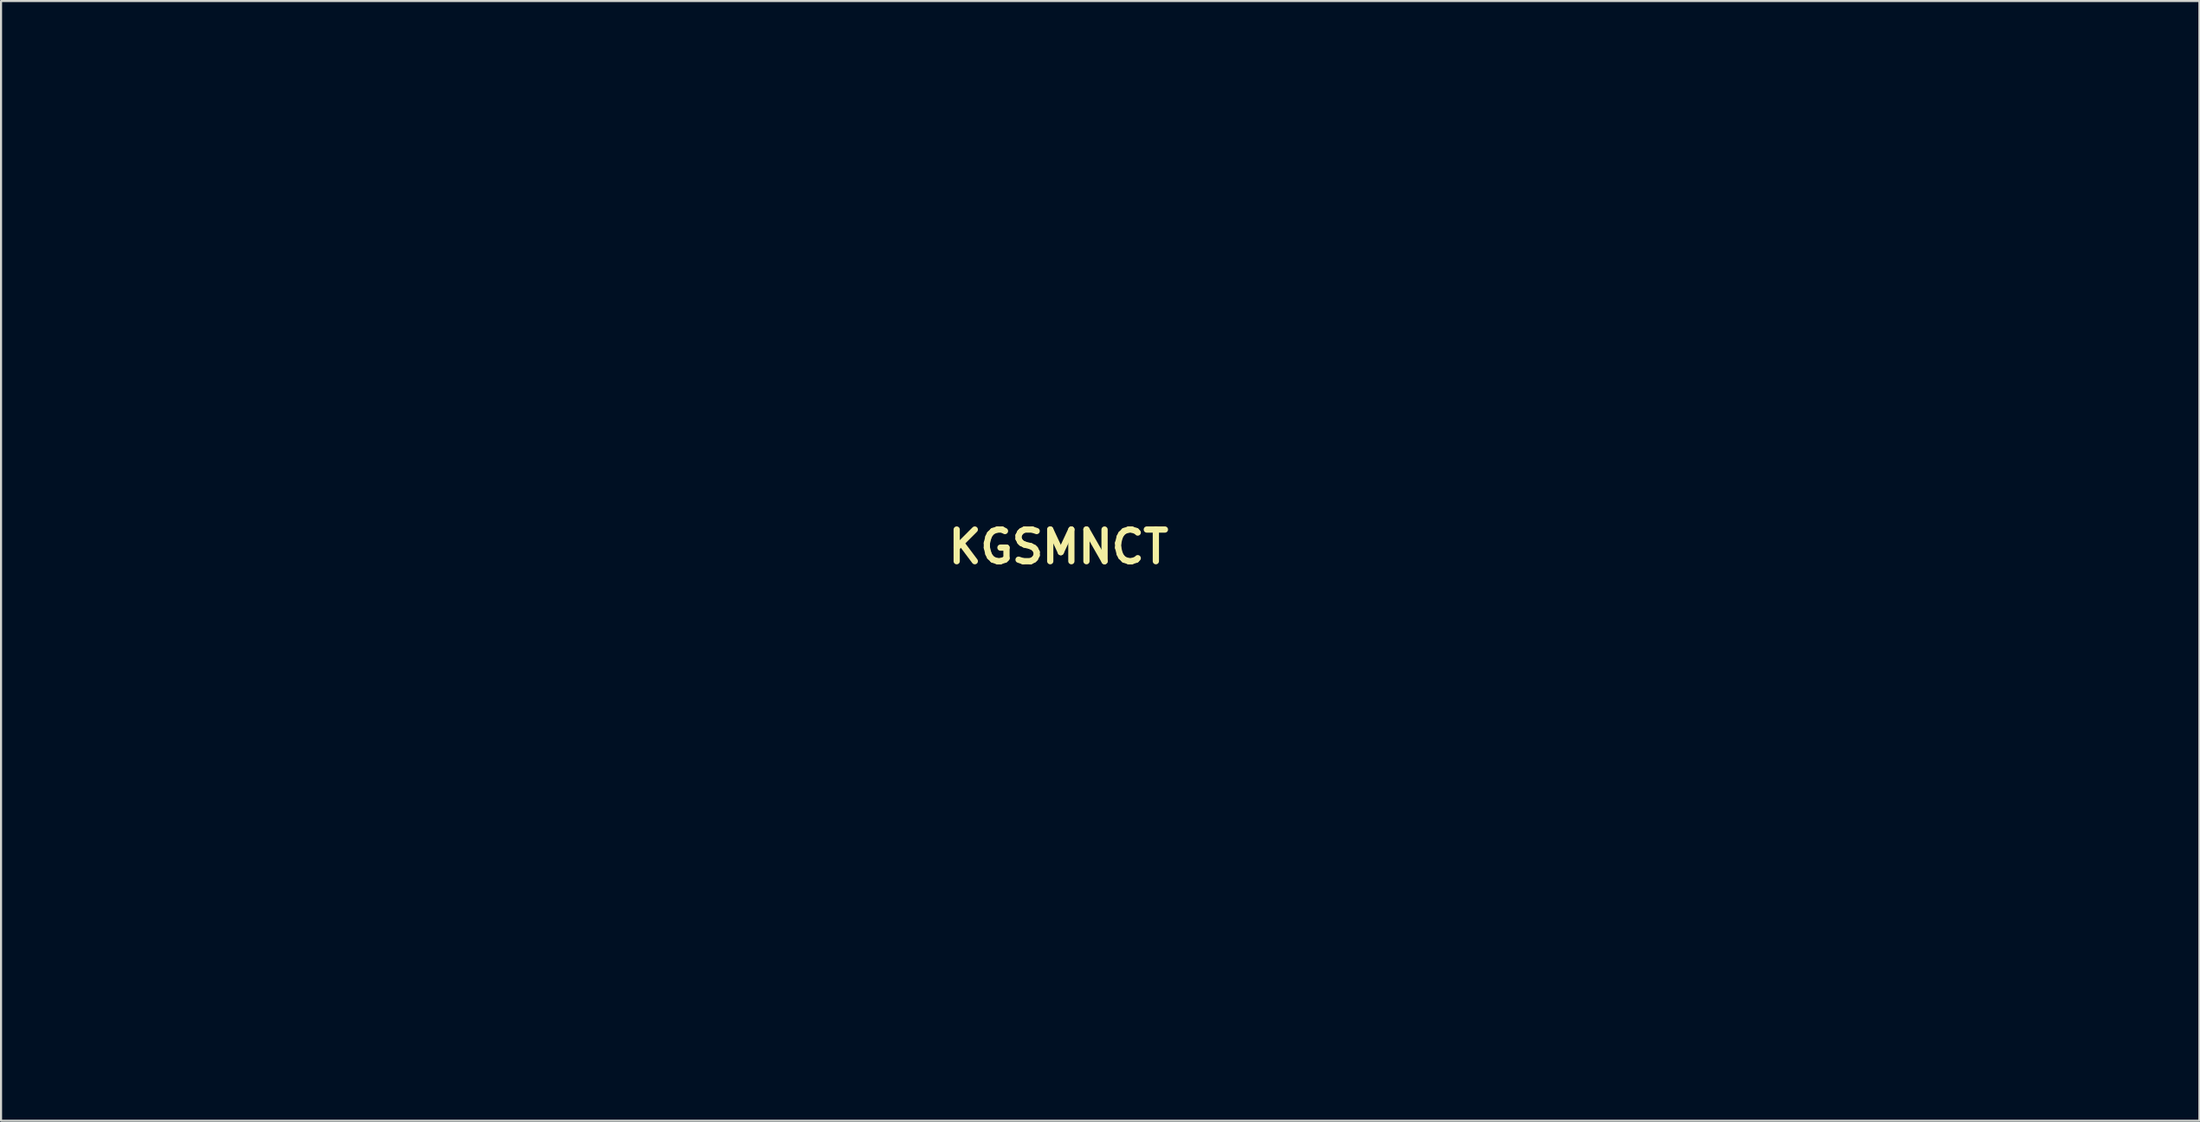
<source format=kicad_pcb>
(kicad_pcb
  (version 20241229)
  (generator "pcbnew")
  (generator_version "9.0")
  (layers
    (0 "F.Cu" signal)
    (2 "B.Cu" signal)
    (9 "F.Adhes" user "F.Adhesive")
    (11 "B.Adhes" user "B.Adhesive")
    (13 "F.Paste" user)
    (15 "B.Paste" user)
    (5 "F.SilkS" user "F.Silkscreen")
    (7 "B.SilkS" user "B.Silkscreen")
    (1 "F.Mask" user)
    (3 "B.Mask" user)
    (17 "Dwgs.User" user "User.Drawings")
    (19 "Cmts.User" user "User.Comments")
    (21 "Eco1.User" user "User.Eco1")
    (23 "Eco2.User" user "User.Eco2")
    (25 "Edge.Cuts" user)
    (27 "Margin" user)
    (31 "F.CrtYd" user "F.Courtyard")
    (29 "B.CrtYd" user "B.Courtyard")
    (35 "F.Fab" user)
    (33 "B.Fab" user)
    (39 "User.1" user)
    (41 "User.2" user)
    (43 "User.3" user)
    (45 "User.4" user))
  (footprint "KGSMNCT"
    (layer "F.Cu")
    (at 47.864 23.266)
    (property "Reference" "KGSMNCT" (at 0 0 0) (layer "F.SilkS") (effects (font (size 1.524 1.524) (thickness 0.3))))
    (attr through_hole)
    (fp_poly (pts (xy -28.665 -6.484) (xy -28.742 -4.144) (xy -31.082 -4.067) (xy -33.421 -3.99) (xy -33.421 -8.823) (xy -28.588 -8.823) (xy -28.665 -6.484)) (stroke (width 0.01) (type solid)) (fill no) (layer "Eco2.User"))
    (fp_poly (pts (xy 41.845 8.348) (xy 41.89 8.669) (xy 41.598 8.823) (xy 41.23 8.608) (xy 41.175 8.4) (xy 41.33 8.088) (xy 41.492 8.082) (xy 41.845 8.348)) (stroke (width 0.01) (type solid)) (fill no) (layer "Eco2.User"))
    (fp_poly (pts (xy 23.796 -18.448) (xy 5.101 -18.448) (xy 5.024 -16.109) (xy 4.946 -13.769) (xy 2.741 -13.692) (xy 0.535 -13.614) (xy 0.535 -23.261) (xy 23.796 -23.261) (xy 23.796 -18.448)) (stroke (width 0.01) (type solid)) (fill no) (layer "Eco2.User"))
    (fp_poly (pts (xy 23.796 -4.011) (xy 0.535 -4.011) (xy 0.535 -8.816) (xy 9.959 -8.887) (xy 19.384 -8.957) (xy 19.461 -11.296) (xy 19.539 -13.636) (xy 23.796 -13.636) (xy 23.796 -4.011)) (stroke (width 0.01) (type solid)) (fill no) (layer "Eco2.User"))
    (fp_poly (pts (xy 23.796 10.16) (xy 14.705 10.16) (xy 14.705 24.598) (xy 9.901 24.598) (xy 9.759 10.294) (xy 0.535 10.147) (xy 0.535 5.347) (xy 23.796 5.347) (xy 23.796 10.16)) (stroke (width 0.01) (type solid)) (fill no) (layer "Eco2.User"))
    (fp_poly (pts (xy 50.487 24.208) (xy 50.533 24.331) (xy 50.316 24.568) (xy 50.132 24.598) (xy 49.776 24.454) (xy 49.731 24.331) (xy 49.947 24.093) (xy 50.132 24.063) (xy 50.487 24.208)) (stroke (width 0.01) (type solid)) (fill no) (layer "Eco2.User"))
    (fp_poly (pts (xy -4.679 5.481) (xy -4.602 7.821) (xy -4.524 10.16) (xy -18.983 10.16) (xy -18.983 19.785) (xy -0.267 19.785) (xy -0.267 24.598) (xy -23.796 24.598) (xy -23.796 5.341) (xy -4.679 5.481)) (stroke (width 0.01) (type solid)) (fill no) (layer "Eco2.User"))
    (fp_poly (pts (xy 29.155 -13.636) (xy 29.082 -8.89) (xy 29.009 -4.144) (xy 26.804 -4.067) (xy 24.598 -3.989) (xy 24.598 -23.261) (xy 29.143 -23.261) (xy 29.143 -18.448) (xy 33.956 -18.448) (xy 33.956 -13.636) (xy 29.155 -13.636)) (stroke (width 0.01) (type solid)) (fill no) (layer "Eco2.User"))
    (fp_poly (pts (xy 48.085 4.635) (xy 48.344 4.845) (xy 48.137 5.087) (xy 47.477 5.27) (xy 47.237 5.297) (xy 46.558 5.296) (xy 46.279 5.112) (xy 46.255 4.962) (xy 46.41 4.679) (xy 46.943 4.557) (xy 47.346 4.545) (xy 48.085 4.635)) (stroke (width 0.01) (type solid)) (fill no) (layer "Eco2.User"))
    (fp_poly (pts (xy -0.267 -18.448) (xy -18.983 -18.448) (xy -18.983 -8.811) (xy -14.237 -8.884) (xy -9.492 -8.957) (xy -9.414 -11.296) (xy -9.337 -13.636) (xy -0.267 -13.636) (xy -0.267 -4.011) (xy -23.796 -4.011) (xy -23.796 -23.261) (xy -0.267 -23.261) (xy -0.267 -18.448)) (stroke (width 0.01) (type solid)) (fill no) (layer "Eco2.User"))
    (fp_poly (pts (xy 25.033 16.279) (xy 25.126 16.872) (xy 25.133 17.112) (xy 25.073 17.781) (xy 24.925 18.154) (xy 24.865 18.181) (xy 24.698 17.944) (xy 24.605 17.351) (xy 24.598 17.112) (xy 24.657 16.442) (xy 24.805 16.069) (xy 24.865 16.042) (xy 25.033 16.279)) (stroke (width 0.01) (type solid)) (fill no) (layer "Eco2.User"))
    (fp_poly (pts (xy 45.59 12.61) (xy 46.124 12.724) (xy 46.255 12.834) (xy 46.013 12.98) (xy 45.389 13.077) (xy 44.784 13.101) (xy 43.979 13.057) (xy 43.445 12.944) (xy 43.314 12.834) (xy 43.555 12.687) (xy 44.179 12.59) (xy 44.784 12.566) (xy 45.59 12.61)) (stroke (width 0.01) (type solid)) (fill no) (layer "Eco2.User"))
    (fp_poly (pts (xy 47.495 -1.62) (xy 47.591 -0.898) (xy 47.592 -0.802) (xy 47.538 -0.132) (xy 47.406 0.24) (xy 47.352 0.267) (xy 47.18 0.03) (xy 47.04 -0.563) (xy 47.011 -0.802) (xy 47.005 -1.56) (xy 47.184 -1.862) (xy 47.25 -1.872) (xy 47.495 -1.62)) (stroke (width 0.01) (type solid)) (fill no) (layer "Eco2.User"))
    (fp_poly (pts (xy 49.054 12.61) (xy 49.594 12.722) (xy 49.731 12.834) (xy 49.49 12.987) (xy 48.877 13.084) (xy 48.409 13.101) (xy 47.612 13.051) (xy 47.057 12.924) (xy 46.923 12.834) (xy 47.061 12.673) (xy 47.669 12.582) (xy 48.244 12.566) (xy 49.054 12.61)) (stroke (width 0.01) (type solid)) (fill no) (layer "Eco2.User"))
    (fp_poly (pts (xy 51.373 0.845) (xy 51.784 0.994) (xy 51.869 1.203) (xy 51.726 1.455) (xy 51.231 1.579) (xy 50.533 1.604) (xy 49.692 1.561) (xy 49.281 1.413) (xy 49.196 1.203) (xy 49.339 0.951) (xy 49.834 0.828) (xy 50.533 0.802) (xy 51.373 0.845)) (stroke (width 0.01) (type solid)) (fill no) (layer "Eco2.User"))
    (fp_poly (pts (xy 30.943 0.851) (xy 31.018 0.855) (xy 31.942 0.973) (xy 32.358 1.151) (xy 32.262 1.342) (xy 31.65 1.498) (xy 31.082 1.551) (xy 30.243 1.57) (xy 29.815 1.481) (xy 29.68 1.256) (xy 29.678 1.203) (xy 29.779 0.948) (xy 30.161 0.841) (xy 30.943 0.851)) (stroke (width 0.01) (type solid)) (fill no) (layer "Eco2.User"))
    (fp_poly (pts (xy 40.263 10.402) (xy 40.351 11.025) (xy 40.373 11.631) (xy 40.316 12.612) (xy 40.145 13.076) (xy 39.856 13.028) (xy 39.816 12.99) (xy 39.745 12.657) (xy 39.756 12.023) (xy 39.829 11.276) (xy 39.943 10.607) (xy 40.075 10.204) (xy 40.131 10.16) (xy 40.263 10.402)) (stroke (width 0.01) (type solid)) (fill no) (layer "Eco2.User"))
    (fp_poly (pts (xy 51.293 15.673) (xy 51.359 15.739) (xy 51.773 16.311) (xy 51.843 16.714) (xy 51.602 16.844) (xy 51.365 16.628) (xy 51.335 16.443) (xy 51.102 16.129) (xy 50.51 16.042) (xy 49.913 15.952) (xy 49.797 15.708) (xy 50.146 15.345) (xy 50.706 15.334) (xy 51.293 15.673)) (stroke (width 0.01) (type solid)) (fill no) (layer "Eco2.User"))
    (fp_poly (pts (xy 38.768 -13.636) (xy 38.768 -18.448) (xy 43.581 -18.448) (xy 43.581 -23.261) (xy 47.859 -23.261) (xy 47.859 -4.011) (xy 43.581 -4.011) (xy 43.581 -13.636) (xy 38.789 -13.636) (xy 38.712 -11.296) (xy 38.635 -8.957) (xy 36.295 -8.88) (xy 33.956 -8.802) (xy 33.956 -13.636) (xy 38.768 -13.636)) (stroke (width 0.01) (type solid)) (fill no) (layer "Eco2.User"))
    (fp_poly (pts (xy 50.358 20.301) (xy 50.467 21.308) (xy 50.478 21.521) (xy 50.5 22.476) (xy 50.444 23.01) (xy 50.286 23.232) (xy 50.132 23.261) (xy 49.905 23.177) (xy 49.789 22.852) (xy 49.762 22.178) (xy 49.785 21.456) (xy 49.882 20.384) (xy 50.031 19.836) (xy 50.201 19.81) (xy 50.358 20.301)) (stroke (width 0.01) (type solid)) (fill no) (layer "Eco2.User"))
    (fp_poly (pts (xy -14.098 -1.236) (xy -13.975 -0.871) (xy -13.916 -0.145) (xy -13.903 0.802) (xy -13.922 1.9) (xy -13.991 2.558) (xy -14.127 2.873) (xy -14.304 2.941) (xy -14.51 2.84) (xy -14.633 2.475) (xy -14.692 1.749) (xy -14.705 0.802) (xy -14.686 -0.295) (xy -14.618 -0.954) (xy -14.482 -1.269) (xy -14.304 -1.337) (xy -14.098 -1.236)) (stroke (width 0.01) (type solid)) (fill no) (layer "Eco2.User"))
    (fp_poly (pts (xy 41.801 9.741) (xy 41.926 10.156) (xy 41.974 10.969) (xy 41.977 11.363) (xy 41.95 12.338) (xy 41.854 12.88) (xy 41.667 13.088) (xy 41.576 13.101) (xy 41.351 12.985) (xy 41.226 12.57) (xy 41.178 11.758) (xy 41.175 11.363) (xy 41.202 10.388) (xy 41.297 9.847) (xy 41.485 9.638) (xy 41.576 9.625) (xy 41.801 9.741)) (stroke (width 0.01) (type solid)) (fill no) (layer "Eco2.User"))
    (fp_poly (pts (xy 47.444 15.404) (xy 47.551 15.892) (xy 47.59 16.834) (xy 47.592 17.089) (xy 47.565 18.018) (xy 47.494 18.693) (xy 47.394 18.981) (xy 47.384 18.983) (xy 47.072 18.801) (xy 46.715 18.445) (xy 46.313 17.834) (xy 46.347 17.47) (xy 46.676 17.379) (xy 46.956 17.245) (xy 47.034 16.767) (xy 47.013 16.398) (xy 47.039 15.655) (xy 47.254 15.308) (xy 47.26 15.306) (xy 47.444 15.404)) (stroke (width 0.01) (type solid)) (fill no) (layer "Eco2.User"))
    (fp_poly (pts (xy -43.046 -13.636) (xy -38.234 -13.636) (xy -38.234 -18.448) (xy -33.421 -18.448) (xy -33.421 -23.261) (xy -28.608 -23.261) (xy -28.608 -18.448) (xy -33.4 -18.448) (xy -33.477 -16.109) (xy -33.555 -13.769) (xy -38.213 -13.615) (xy -38.367 -8.957) (xy -40.697 -8.88) (xy -43.026 -8.803) (xy -43.103 -6.473) (xy -43.18 -4.144) (xy -45.519 -4.067) (xy -47.859 -3.99) (xy -47.859 -23.261) (xy -43.046 -23.261) (xy -43.046 -13.636)) (stroke (width 0.01) (type solid)) (fill no) (layer "Eco2.User"))
    (fp_poly (pts (xy 29.418 15.437) (xy 29.833 15.883) (xy 30.148 16.364) (xy 30.213 16.58) (xy 30.019 16.837) (xy 29.961 16.844) (xy 29.778 17.08) (xy 29.644 17.664) (xy 29.627 17.826) (xy 29.49 18.497) (xy 29.26 18.891) (xy 29.21 18.918) (xy 29.025 18.824) (xy 28.918 18.346) (xy 28.877 17.418) (xy 28.876 17.134) (xy 28.903 16.205) (xy 28.974 15.53) (xy 29.074 15.242) (xy 29.084 15.24) (xy 29.418 15.437)) (stroke (width 0.01) (type solid)) (fill no) (layer "Eco2.User"))
    (fp_poly (pts (xy 35.9 -3.375) (xy 36.024 -3.008) (xy 36.082 -2.28) (xy 36.095 -1.351) (xy 36.095 0.774) (xy 37.477 0.855) (xy 38.331 0.965) (xy 38.867 1.156) (xy 38.97 1.27) (xy 38.876 1.455) (xy 38.399 1.562) (xy 37.472 1.603) (xy 37.186 1.604) (xy 35.293 1.604) (xy 35.293 -0.936) (xy 35.307 -2.147) (xy 35.359 -2.913) (xy 35.464 -3.324) (xy 35.636 -3.47) (xy 35.694 -3.476) (xy 35.9 -3.375)) (stroke (width 0.01) (type solid)) (fill no) (layer "Eco2.User"))
    (fp_poly (pts (xy 44.53 15.482) (xy 44.627 16.105) (xy 44.651 16.711) (xy 44.664 17.551) (xy 44.752 17.989) (xy 44.987 18.155) (xy 45.44 18.181) (xy 45.453 18.181) (xy 46.089 18.301) (xy 46.255 18.582) (xy 46.056 18.906) (xy 45.579 18.969) (xy 45.006 18.786) (xy 44.576 18.445) (xy 44.337 17.95) (xy 44.176 17.22) (xy 44.105 16.423) (xy 44.134 15.727) (xy 44.272 15.3) (xy 44.383 15.24) (xy 44.53 15.482)) (stroke (width 0.01) (type solid)) (fill no) (layer "Eco2.User"))
    (fp_poly (pts (xy 48.935 15.437) (xy 49.351 15.883) (xy 49.665 16.364) (xy 49.731 16.58) (xy 49.537 16.837) (xy 49.479 16.844) (xy 49.296 17.08) (xy 49.162 17.664) (xy 49.145 17.826) (xy 49.008 18.497) (xy 48.778 18.891) (xy 48.728 18.918) (xy 48.543 18.824) (xy 48.436 18.346) (xy 48.395 17.418) (xy 48.394 17.134) (xy 48.421 16.205) (xy 48.491 15.53) (xy 48.591 15.242) (xy 48.602 15.24) (xy 48.935 15.437)) (stroke (width 0.01) (type solid)) (fill no) (layer "Eco2.User"))
    (fp_poly (pts (xy -31.082 5.404) (xy -28.742 5.481) (xy -28.672 15.039) (xy -28.602 24.598) (xy -33.421 24.598) (xy -33.421 19.785) (xy -38.234 19.785) (xy -38.234 14.973) (xy -43.046 14.973) (xy -43.046 24.598) (xy -47.859 24.598) (xy -47.859 5.327) (xy -45.519 5.404) (xy -43.18 5.481) (xy -43.103 7.81) (xy -43.026 10.139) (xy -38.367 10.294) (xy -38.29 12.633) (xy -38.213 14.973) (xy -33.421 14.973) (xy -33.421 5.327) (xy -31.082 5.404)) (stroke (width 0.01) (type solid)) (fill no) (layer "Eco2.User"))
    (fp_poly (pts (xy 31.668 15.333) (xy 31.817 15.601) (xy 31.992 16.017) (xy 32.122 16.099) (xy 32.306 16.409) (xy 32.413 17.091) (xy 32.428 17.513) (xy 32.37 18.318) (xy 32.22 18.83) (xy 32.122 18.926) (xy 31.926 18.752) (xy 31.828 18.061) (xy 31.817 17.535) (xy 31.804 16.686) (xy 31.719 16.242) (xy 31.489 16.071) (xy 31.042 16.042) (xy 30.992 16.042) (xy 30.413 15.931) (xy 30.28 15.683) (xy 30.576 15.422) (xy 31.102 15.289) (xy 31.668 15.333)) (stroke (width 0.01) (type solid)) (fill no) (layer "Eco2.User"))
    (fp_poly (pts (xy -37.241 -1.098) (xy -36.948 -0.908) (xy -37.029 -0.689) (xy -37.351 -0.573) (xy -38.124 -0.222) (xy -38.475 0.453) (xy -38.501 0.781) (xy -38.312 1.602) (xy -37.791 2.066) (xy -37.378 2.139) (xy -36.975 2.322) (xy -36.897 2.54) (xy -37.103 2.864) (xy -37.609 2.946) (xy -38.247 2.803) (xy -38.852 2.452) (xy -38.989 2.322) (xy -39.468 1.496) (xy -39.546 0.594) (xy -39.269 -0.243) (xy -38.684 -0.873) (xy -37.839 -1.156) (xy -37.827 -1.157) (xy -37.241 -1.098)) (stroke (width 0.01) (type solid)) (fill no) (layer "Eco2.User"))
    (fp_poly (pts (xy 25.316 2.58) (xy 25.333 2.741) (xy 25.465 3.005) (xy 25.601 3.008) (xy 25.884 3.115) (xy 25.905 3.447) (xy 25.673 3.771) (xy 25.561 3.83) (xy 25.333 4.116) (xy 25.217 4.801) (xy 25.196 5.651) (xy 25.154 6.643) (xy 25.027 7.267) (xy 24.901 7.43) (xy 24.746 7.28) (xy 24.648 6.685) (xy 24.602 5.609) (xy 24.598 4.969) (xy 24.612 3.752) (xy 24.664 2.98) (xy 24.767 2.563) (xy 24.936 2.413) (xy 24.999 2.406) (xy 25.316 2.58)) (stroke (width 0.01) (type solid)) (fill no) (layer "Eco2.User"))
    (fp_poly (pts (xy -10.608 -1.08) (xy -10.505 -0.904) (xy -10.663 -0.652) (xy -11.179 -0.451) (xy -11.212 -0.445) (xy -11.854 -0.11) (xy -12.189 0.468) (xy -12.226 1.133) (xy -11.971 1.726) (xy -11.433 2.091) (xy -11.086 2.139) (xy -10.556 2.28) (xy -10.427 2.54) (xy -10.643 2.844) (xy -11.173 2.939) (xy -11.845 2.83) (xy -12.483 2.523) (xy -12.563 2.462) (xy -13.061 1.749) (xy -13.185 0.844) (xy -12.941 -0.071) (xy -12.428 -0.741) (xy -11.742 -1.151) (xy -11.081 -1.269) (xy -10.608 -1.08)) (stroke (width 0.01) (type solid)) (fill no) (layer "Eco2.User"))
    (fp_poly (pts (xy -40.61 -1.124) (xy -40.201 -0.921) (xy -40.172 -0.869) (xy -40.302 -0.608) (xy -40.751 -0.535) (xy -41.287 -0.418) (xy -41.442 -0.008) (xy -41.442 0) (xy -41.285 0.419) (xy -40.774 0.535) (xy -40.271 0.626) (xy -40.105 0.802) (xy -40.334 1.003) (xy -40.774 1.069) (xy -41.298 1.195) (xy -41.442 1.604) (xy -41.285 2.024) (xy -40.774 2.139) (xy -40.236 2.278) (xy -40.105 2.54) (xy -40.261 2.803) (xy -40.793 2.924) (xy -41.32 2.941) (xy -42.534 2.941) (xy -42.378 -1.203) (xy -41.331 -1.203) (xy -40.61 -1.124)) (stroke (width 0.01) (type solid)) (fill no) (layer "Eco2.User"))
    (fp_poly (pts (xy -26.761 -1.295) (xy -26.3 -1.154) (xy -26.202 -0.967) (xy -26.426 -0.608) (xy -26.737 -0.457) (xy -27.037 -0.307) (xy -27.2 0.033) (xy -27.264 0.693) (xy -27.272 1.312) (xy -27.302 2.252) (xy -27.408 2.76) (xy -27.616 2.937) (xy -27.673 2.941) (xy -27.904 2.819) (xy -28.029 2.387) (xy -28.073 1.544) (xy -28.074 1.312) (xy -28.097 0.39) (xy -28.195 -0.13) (xy -28.406 -0.38) (xy -28.608 -0.457) (xy -29.043 -0.726) (xy -29.143 -0.967) (xy -28.975 -1.196) (xy -28.418 -1.312) (xy -27.673 -1.337) (xy -26.761 -1.295)) (stroke (width 0.01) (type solid)) (fill no) (layer "Eco2.User"))
    (fp_poly (pts (xy 45.067 9.764) (xy 45.729 10.101) (xy 46.173 10.52) (xy 46.255 10.754) (xy 46.037 10.939) (xy 45.854 10.962) (xy 45.499 10.748) (xy 45.453 10.561) (xy 45.276 10.282) (xy 44.691 10.167) (xy 44.383 10.16) (xy 43.699 10.186) (xy 43.394 10.365) (xy 43.316 10.85) (xy 43.314 11.214) (xy 43.235 12.022) (xy 43.026 12.447) (xy 42.724 12.418) (xy 42.683 12.381) (xy 42.562 12.017) (xy 42.512 11.38) (xy 42.512 11.378) (xy 42.746 10.484) (xy 43.382 9.869) (xy 44.322 9.626) (xy 44.383 9.625) (xy 45.067 9.764)) (stroke (width 0.01) (type solid)) (fill no) (layer "Eco2.User"))
    (fp_poly (pts (xy 27.99 2.654) (xy 28.04 3.321) (xy 28.069 4.29) (xy 28.074 4.946) (xy 28.04 6.173) (xy 27.953 7.008) (xy 27.833 7.423) (xy 27.703 7.391) (xy 27.582 6.886) (xy 27.493 5.879) (xy 27.484 5.703) (xy 27.387 4.622) (xy 27.216 3.972) (xy 27.071 3.809) (xy 26.784 3.921) (xy 26.737 4.122) (xy 26.532 4.491) (xy 26.336 4.545) (xy 25.981 4.331) (xy 25.935 4.144) (xy 26.098 3.789) (xy 26.238 3.743) (xy 26.613 3.563) (xy 27.116 3.123) (xy 27.161 3.075) (xy 27.618 2.624) (xy 27.911 2.409) (xy 27.927 2.406) (xy 27.99 2.654)) (stroke (width 0.01) (type solid)) (fill no) (layer "Eco2.User"))
    (fp_poly (pts (xy 39.722 9.722) (xy 39.704 9.893) (xy 39.336 10.1) (xy 38.886 10.16) (xy 38.361 10.302) (xy 38.234 10.561) (xy 38.02 10.916) (xy 37.833 10.962) (xy 37.554 11.139) (xy 37.439 11.724) (xy 37.432 12.032) (xy 37.372 12.701) (xy 37.224 13.074) (xy 37.164 13.101) (xy 37.024 12.856) (xy 36.929 12.205) (xy 36.897 11.363) (xy 36.944 10.345) (xy 37.076 9.758) (xy 37.274 9.635) (xy 37.522 10.01) (xy 37.556 10.093) (xy 37.724 10.416) (xy 37.927 10.296) (xy 38.082 10.093) (xy 38.443 9.827) (xy 38.955 9.662) (xy 39.44 9.619) (xy 39.722 9.722)) (stroke (width 0.01) (type solid)) (fill no) (layer "Eco2.User"))
    (fp_poly (pts (xy -20.347 -1.055) (xy -20.177 -0.955) (xy -19.574 -0.304) (xy -19.308 0.53) (xy -19.35 1.41) (xy -19.673 2.198) (xy -20.248 2.754) (xy -20.966 2.941) (xy -21.629 2.747) (xy -21.985 2.473) (xy -22.525 1.53) (xy -22.538 0.891) (xy -21.661 0.891) (xy -21.552 1.534) (xy -21.264 1.984) (xy -20.888 2.083) (xy -20.538 1.762) (xy -20.369 0.965) (xy -20.394 0.084) (xy -20.624 -0.394) (xy -21.024 -0.421) (xy -21.244 -0.277) (xy -21.568 0.23) (xy -21.661 0.891) (xy -22.538 0.891) (xy -22.547 0.491) (xy -22.361 -0.088) (xy -21.827 -0.907) (xy -21.139 -1.236) (xy -20.347 -1.055)) (stroke (width 0.01) (type solid)) (fill no) (layer "Eco2.User"))
    (fp_poly (pts (xy -7.886 -0.972) (xy -7.812 -0.78) (xy -7.934 -0.44) (xy -8.317 -0.379) (xy -8.863 -0.286) (xy -8.949 -0.001) (xy -8.577 0.403) (xy -8.287 0.589) (xy -7.651 1.162) (xy -7.514 1.827) (xy -7.889 2.503) (xy -7.906 2.521) (xy -8.44 2.814) (xy -9.135 2.933) (xy -9.754 2.862) (xy -10.026 2.674) (xy -10.089 2.257) (xy -9.729 2.046) (xy -9.262 2.066) (xy -8.647 2.063) (xy -8.457 1.815) (xy -8.717 1.439) (xy -9.063 1.217) (xy -9.804 0.653) (xy -10.076 0.013) (xy -9.859 -0.619) (xy -9.614 -0.865) (xy -8.946 -1.213) (xy -8.313 -1.246) (xy -7.886 -0.972)) (stroke (width 0.01) (type solid)) (fill no) (layer "Eco2.User"))
    (fp_poly (pts (xy 11.921 -0.969) (xy 11.965 -0.869) (xy 11.834 -0.608) (xy 11.385 -0.535) (xy 10.836 -0.414) (xy 10.743 -0.103) (xy 11.099 0.324) (xy 11.499 0.589) (xy 12.134 1.153) (xy 12.259 1.794) (xy 11.864 2.448) (xy 11.81 2.499) (xy 11.22 2.816) (xy 10.505 2.942) (xy 9.92 2.845) (xy 9.804 2.763) (xy 9.63 2.398) (xy 9.947 2.184) (xy 10.427 2.139) (xy 11.048 2.026) (xy 11.193 1.729) (xy 10.864 1.308) (xy 10.426 1.015) (xy 9.835 0.52) (xy 9.625 0.019) (xy 9.824 -0.534) (xy 10.313 -0.969) (xy 10.933 -1.228) (xy 11.522 -1.248) (xy 11.921 -0.969)) (stroke (width 0.01) (type solid)) (fill no) (layer "Eco2.User"))
    (fp_poly (pts (xy 22.232 -1.142) (xy 22.72 -0.861) (xy 23.167 -0.223) (xy 23.158 0.481) (xy 22.726 1.106) (xy 22.18 1.423) (xy 21.56 1.813) (xy 21.389 2.331) (xy 21.226 2.782) (xy 20.874 2.966) (xy 20.542 2.785) (xy 20.516 2.741) (xy 20.468 2.39) (xy 20.438 1.66) (xy 20.433 0.707) (xy 20.434 0.668) (xy 20.439 0.156) (xy 21.389 0.156) (xy 21.514 0.646) (xy 21.786 0.716) (xy 22.053 0.387) (xy 22.143 0.046) (xy 22.068 -0.436) (xy 21.809 -0.535) (xy 21.468 -0.304) (xy 21.389 0.156) (xy 20.439 0.156) (xy 20.454 -1.203) (xy 21.276 -1.283) (xy 22.232 -1.142)) (stroke (width 0.01) (type solid)) (fill no) (layer "Eco2.User"))
    (fp_poly (pts (xy 33.786 19.988) (xy 33.907 20.445) (xy 34.03 20.887) (xy 34.36 21.08) (xy 35.043 21.122) (xy 35.78 21.191) (xy 36.079 21.417) (xy 36.095 21.523) (xy 36.309 21.878) (xy 36.496 21.924) (xy 36.802 22.142) (xy 36.897 22.801) (xy 36.705 23.705) (xy 36.113 24.289) (xy 35.1 24.567) (xy 34.477 24.598) (xy 33.134 24.598) (xy 33.21 22.125) (xy 33.221 21.924) (xy 33.956 21.924) (xy 33.956 24.063) (xy 36.095 24.063) (xy 36.095 21.924) (xy 33.956 21.924) (xy 33.221 21.924) (xy 33.274 20.96) (xy 33.375 20.136) (xy 33.503 19.735) (xy 33.555 19.71) (xy 33.786 19.988)) (stroke (width 0.01) (type solid)) (fill no) (layer "Eco2.User"))
    (fp_poly (pts (xy 1.498 -0.916) (xy 2.016 -0.15) (xy 2.237 0.84) (xy 2.103 1.723) (xy 1.696 2.417) (xy 1.095 2.842) (xy 0.382 2.917) (xy -0.363 2.562) (xy -0.535 2.406) (xy -0.987 1.613) (xy -1.009 1.309) (xy 0.012 1.309) (xy 0.11 1.848) (xy 0.178 1.961) (xy 0.651 2.134) (xy 1.084 1.882) (xy 1.175 1.716) (xy 1.318 0.961) (xy 1.224 0.252) (xy 0.951 -0.278) (xy 0.555 -0.49) (xy 0.279 -0.408) (xy 0.107 -0.053) (xy 0.015 0.598) (xy 0.012 1.309) (xy -1.009 1.309) (xy -1.057 0.664) (xy -0.774 -0.257) (xy -0.167 -0.965) (xy 0.016 -1.078) (xy 0.8 -1.245) (xy 1.498 -0.916)) (stroke (width 0.01) (type solid)) (fill no) (layer "Eco2.User"))
    (fp_poly (pts (xy 19.212 -0.84) (xy 19.251 -0.802) (xy 19.697 0.023) (xy 19.785 0.802) (xy 19.609 1.755) (xy 19.151 2.468) (xy 18.522 2.883) (xy 17.829 2.938) (xy 17.181 2.573) (xy 16.993 2.347) (xy 16.61 1.421) (xy 16.608 0.946) (xy 17.513 0.946) (xy 17.625 1.53) (xy 17.994 2.05) (xy 18.365 2.038) (xy 18.706 1.496) (xy 18.716 1.471) (xy 18.817 0.81) (xy 18.712 0.124) (xy 18.455 -0.386) (xy 18.181 -0.535) (xy 17.84 -0.302) (xy 17.599 0.259) (xy 17.513 0.946) (xy 16.608 0.946) (xy 16.605 0.426) (xy 16.962 -0.446) (xy 17.281 -0.783) (xy 18.02 -1.242) (xy 18.613 -1.26) (xy 19.212 -0.84)) (stroke (width 0.01) (type solid)) (fill no) (layer "Eco2.User"))
    (fp_poly (pts (xy 44.551 -1.634) (xy 44.644 -1.042) (xy 44.651 -0.802) (xy 44.717 -0.058) (xy 44.936 0.248) (xy 45.052 0.267) (xy 45.407 0.412) (xy 45.453 0.535) (xy 45.637 0.773) (xy 46.014 0.757) (xy 46.317 0.506) (xy 46.333 0.468) (xy 46.511 0.268) (xy 46.81 0.468) (xy 47.01 0.734) (xy 46.74 0.802) (xy 46.709 0.802) (xy 46.322 0.994) (xy 46.255 1.203) (xy 46.041 1.558) (xy 45.854 1.604) (xy 45.499 1.39) (xy 45.453 1.203) (xy 45.298 0.848) (xy 45.166 0.802) (xy 44.636 0.561) (xy 44.257 -0.068) (xy 44.116 -0.917) (xy 44.182 -1.543) (xy 44.344 -1.861) (xy 44.383 -1.872) (xy 44.551 -1.634)) (stroke (width 0.01) (type solid)) (fill no) (layer "Eco2.User"))
    (fp_poly (pts (xy 43.216 20.116) (xy 43.265 20.387) (xy 43.451 20.937) (xy 43.732 21.122) (xy 44.074 21.274) (xy 44.039 21.589) (xy 43.715 21.828) (xy 43.411 22.224) (xy 43.314 23.022) (xy 43.353 23.7) (xy 43.534 23.996) (xy 43.956 24.063) (xy 43.982 24.063) (xy 44.485 24.155) (xy 44.651 24.331) (xy 44.446 24.555) (xy 43.96 24.56) (xy 43.387 24.375) (xy 42.979 24.092) (xy 42.642 23.487) (xy 42.512 22.771) (xy 42.438 22.189) (xy 42.259 21.926) (xy 42.244 21.924) (xy 42.007 21.708) (xy 41.977 21.523) (xy 42.112 21.167) (xy 42.226 21.122) (xy 42.442 20.892) (xy 42.561 20.445) (xy 42.74 19.859) (xy 42.998 19.746) (xy 43.216 20.116)) (stroke (width 0.01) (type solid)) (fill no) (layer "Eco2.User"))
    (fp_poly (pts (xy -15.703 -1.236) (xy -15.579 -0.871) (xy -15.52 -0.145) (xy -15.507 0.802) (xy -15.521 1.874) (xy -15.577 2.517) (xy -15.7 2.837) (xy -15.913 2.938) (xy -15.989 2.941) (xy -16.436 2.692) (xy -16.952 1.986) (xy -17.125 1.671) (xy -17.779 0.401) (xy -17.861 1.671) (xy -17.974 2.513) (xy -18.189 2.897) (xy -18.341 2.941) (xy -18.543 2.847) (xy -18.652 2.5) (xy -18.683 1.8) (xy -18.66 0.872) (xy -18.599 -0.207) (xy -18.499 -0.856) (xy -18.334 -1.183) (xy -18.128 -1.284) (xy -17.717 -1.131) (xy -17.237 -0.503) (xy -17.004 -0.084) (xy -16.334 1.203) (xy -16.322 -0.067) (xy -16.265 -0.887) (xy -16.095 -1.273) (xy -15.908 -1.337) (xy -15.703 -1.236)) (stroke (width 0.01) (type solid)) (fill no) (layer "Eco2.User"))
    (fp_poly (pts (xy 28.074 17.098) (xy 28.039 18.063) (xy 27.944 18.731) (xy 27.808 18.983) (xy 27.806 18.983) (xy 27.569 18.767) (xy 27.539 18.582) (xy 27.325 18.228) (xy 27.138 18.181) (xy 26.783 18.395) (xy 26.737 18.582) (xy 26.517 18.862) (xy 26.024 18.992) (xy 25.509 18.93) (xy 25.318 18.812) (xy 25.242 18.495) (xy 25.584 18.254) (xy 26.084 18.181) (xy 26.61 18.039) (xy 26.737 17.78) (xy 26.951 17.426) (xy 27.138 17.379) (xy 27.461 17.147) (xy 27.539 16.726) (xy 27.474 16.308) (xy 27.184 16.097) (xy 26.522 16) (xy 26.403 15.991) (xy 25.6 15.868) (xy 25.302 15.686) (xy 25.49 15.494) (xy 26.145 15.341) (xy 26.67 15.293) (xy 28.074 15.212) (xy 28.074 17.098)) (stroke (width 0.01) (type solid)) (fill no) (layer "Eco2.User"))
    (fp_poly (pts (xy 31.491 21.188) (xy 31.797 21.408) (xy 31.817 21.523) (xy 31.996 21.878) (xy 32.151 21.924) (xy 32.386 22.145) (xy 32.46 22.683) (xy 32.386 23.346) (xy 32.176 23.946) (xy 32.01 24.175) (xy 31.553 24.423) (xy 30.902 24.566) (xy 30.249 24.59) (xy 29.786 24.484) (xy 29.678 24.331) (xy 29.461 24.093) (xy 29.277 24.063) (xy 28.998 23.887) (xy 28.883 23.301) (xy 28.876 22.994) (xy 28.942 22.25) (xy 29.162 21.944) (xy 29.277 21.924) (xy 29.678 21.924) (xy 29.678 24.063) (xy 31.817 24.063) (xy 31.817 21.924) (xy 29.678 21.924) (xy 29.277 21.924) (xy 29.631 21.71) (xy 29.678 21.523) (xy 29.854 21.244) (xy 30.44 21.129) (xy 30.747 21.122) (xy 31.491 21.188)) (stroke (width 0.01) (type solid)) (fill no) (layer "Eco2.User"))
    (fp_poly (pts (xy 40.047 21.188) (xy 40.353 21.408) (xy 40.373 21.523) (xy 40.587 21.878) (xy 40.774 21.924) (xy 41.053 22.101) (xy 41.167 22.686) (xy 41.175 22.994) (xy 41.109 23.737) (xy 40.889 24.044) (xy 40.774 24.063) (xy 40.418 24.208) (xy 40.373 24.331) (xy 40.149 24.536) (xy 39.602 24.591) (xy 38.914 24.514) (xy 38.269 24.323) (xy 37.899 24.092) (xy 37.58 23.557) (xy 37.438 22.899) (xy 37.478 22.303) (xy 37.706 21.954) (xy 37.833 21.924) (xy 38.234 21.924) (xy 38.234 24.063) (xy 40.373 24.063) (xy 40.373 21.924) (xy 38.234 21.924) (xy 37.833 21.924) (xy 38.187 21.71) (xy 38.234 21.523) (xy 38.41 21.244) (xy 38.996 21.129) (xy 39.303 21.122) (xy 40.047 21.188)) (stroke (width 0.01) (type solid)) (fill no) (layer "Eco2.User"))
    (fp_poly (pts (xy 25.855 8.226) (xy 25.935 8.801) (xy 26.048 9.447) (xy 26.336 9.625) (xy 26.692 9.754) (xy 26.737 9.864) (xy 26.524 10.156) (xy 26.336 10.257) (xy 26.032 10.657) (xy 25.935 11.488) (xy 25.966 12.178) (xy 26.135 12.485) (xy 26.555 12.564) (xy 26.737 12.566) (xy 27.3 12.644) (xy 27.539 12.83) (xy 27.539 12.834) (xy 27.325 13.048) (xy 26.817 13.084) (xy 26.221 12.963) (xy 25.741 12.705) (xy 25.688 12.652) (xy 25.416 12.092) (xy 25.288 11.336) (xy 25.287 11.315) (xy 25.163 10.622) (xy 24.889 10.167) (xy 24.865 10.15) (xy 24.599 9.904) (xy 24.814 9.669) (xy 24.865 9.635) (xy 25.191 9.18) (xy 25.266 8.788) (xy 25.399 8.274) (xy 25.601 8.088) (xy 25.855 8.226)) (stroke (width 0.01) (type solid)) (fill no) (layer "Eco2.User"))
    (fp_poly (pts (xy 28.831 9.77) (xy 28.876 9.893) (xy 29.092 10.13) (xy 29.277 10.16) (xy 29.633 10.016) (xy 29.678 9.893) (xy 29.882 9.658) (xy 30.37 9.657) (xy 30.956 9.867) (xy 31.279 10.086) (xy 31.739 10.586) (xy 31.739 10.887) (xy 31.416 10.962) (xy 31.061 10.748) (xy 31.015 10.561) (xy 30.782 10.238) (xy 30.346 10.16) (xy 29.809 10.299) (xy 29.678 10.561) (xy 29.464 10.916) (xy 29.277 10.962) (xy 28.998 11.139) (xy 28.883 11.724) (xy 28.876 12.032) (xy 28.81 12.775) (xy 28.59 13.082) (xy 28.475 13.101) (xy 28.25 12.985) (xy 28.125 12.57) (xy 28.077 11.758) (xy 28.074 11.363) (xy 28.1 10.388) (xy 28.196 9.847) (xy 28.384 9.638) (xy 28.475 9.625) (xy 28.831 9.77)) (stroke (width 0.01) (type solid)) (fill no) (layer "Eco2.User"))
    (fp_poly (pts (xy 35.184 9.738) (xy 35.293 9.893) (xy 35.51 10.127) (xy 35.709 10.16) (xy 35.972 10.283) (xy 36.063 10.729) (xy 36.043 11.296) (xy 35.937 11.991) (xy 35.767 12.393) (xy 35.694 12.433) (xy 35.513 12.194) (xy 35.375 11.595) (xy 35.344 11.296) (xy 35.268 10.585) (xy 35.079 10.257) (xy 34.628 10.165) (xy 34.208 10.16) (xy 33.154 10.16) (xy 33.154 12.566) (xy 34.223 12.566) (xy 34.893 12.626) (xy 35.265 12.774) (xy 35.293 12.834) (xy 35.068 13.033) (xy 34.522 13.094) (xy 33.846 13.031) (xy 33.23 12.86) (xy 32.909 12.653) (xy 32.603 11.98) (xy 32.556 11.118) (xy 32.76 10.333) (xy 32.956 10.052) (xy 33.415 9.802) (xy 34.066 9.658) (xy 34.72 9.633) (xy 35.184 9.738)) (stroke (width 0.01) (type solid)) (fill no) (layer "Eco2.User"))
    (fp_poly (pts (xy 42.403 -1.757) (xy 42.512 -1.604) (xy 42.728 -1.367) (xy 42.913 -1.337) (xy 43.191 -1.16) (xy 43.306 -0.575) (xy 43.314 -0.267) (xy 43.247 0.476) (xy 43.028 0.783) (xy 42.913 0.802) (xy 42.558 1.016) (xy 42.512 1.203) (xy 42.335 1.482) (xy 41.75 1.597) (xy 41.442 1.604) (xy 40.698 1.538) (xy 40.392 1.318) (xy 40.373 1.203) (xy 40.193 0.848) (xy 40.038 0.802) (xy 39.804 0.581) (xy 39.73 0.043) (xy 39.804 -0.62) (xy 40.014 -1.22) (xy 40.098 -1.337) (xy 40.373 -1.337) (xy 40.373 0.802) (xy 42.512 0.802) (xy 42.512 -1.337) (xy 40.373 -1.337) (xy 40.098 -1.337) (xy 40.179 -1.449) (xy 40.636 -1.697) (xy 41.288 -1.839) (xy 41.941 -1.864) (xy 42.403 -1.757)) (stroke (width 0.01) (type solid)) (fill no) (layer "Eco2.User"))
    (fp_poly (pts (xy 49.951 9.673) (xy 50.439 9.795) (xy 50.533 9.893) (xy 50.291 10.039) (xy 49.667 10.136) (xy 49.062 10.16) (xy 48.175 10.196) (xy 47.719 10.322) (xy 47.592 10.561) (xy 47.768 10.84) (xy 48.354 10.955) (xy 48.661 10.962) (xy 49.405 11.028) (xy 49.711 11.248) (xy 49.731 11.363) (xy 49.945 11.718) (xy 50.132 11.764) (xy 50.491 11.927) (xy 50.451 12.266) (xy 50.263 12.434) (xy 49.958 12.376) (xy 49.834 12.182) (xy 49.431 11.86) (xy 48.632 11.764) (xy 47.875 11.683) (xy 47.595 11.433) (xy 47.592 11.392) (xy 47.374 10.988) (xy 47.148 10.849) (xy 46.881 10.685) (xy 46.987 10.435) (xy 47.271 10.152) (xy 47.908 9.779) (xy 48.849 9.632) (xy 49.185 9.625) (xy 49.951 9.673)) (stroke (width 0.01) (type solid)) (fill no) (layer "Eco2.User"))
    (fp_poly (pts (xy 15.59 -1.222) (xy 15.709 -0.817) (xy 15.765 -0.033) (xy 15.775 0.802) (xy 15.756 1.9) (xy 15.687 2.558) (xy 15.551 2.873) (xy 15.374 2.941) (xy 15.055 2.702) (xy 14.973 2.139) (xy 14.901 1.566) (xy 14.595 1.356) (xy 14.304 1.337) (xy 13.827 1.423) (xy 13.652 1.79) (xy 13.636 2.139) (xy 13.516 2.776) (xy 13.235 2.941) (xy 13.029 2.84) (xy 12.905 2.475) (xy 12.846 1.749) (xy 12.834 0.802) (xy 12.854 -0.306) (xy 12.927 -0.97) (xy 13.068 -1.281) (xy 13.218 -1.337) (xy 13.529 -1.091) (xy 13.686 -0.468) (xy 13.832 0.161) (xy 14.165 0.391) (xy 14.304 0.401) (xy 14.705 0.261) (xy 14.895 -0.243) (xy 14.923 -0.468) (xy 15.094 -1.117) (xy 15.391 -1.337) (xy 15.59 -1.222)) (stroke (width 0.01) (type solid)) (fill no) (layer "Eco2.User"))
    (fp_poly (pts (xy 36.7 13.981) (xy 36.814 14.277) (xy 36.861 14.885) (xy 36.853 15.899) (xy 36.84 16.376) (xy 36.763 18.849) (xy 35.359 18.93) (xy 34.516 18.948) (xy 34.086 18.856) (xy 33.957 18.628) (xy 33.956 18.596) (xy 33.748 18.233) (xy 33.555 18.181) (xy 33.276 18.004) (xy 33.161 17.419) (xy 33.154 17.112) (xy 33.22 16.368) (xy 33.439 16.062) (xy 33.555 16.042) (xy 33.956 16.042) (xy 33.956 18.181) (xy 36.095 18.181) (xy 36.095 16.042) (xy 33.956 16.042) (xy 33.555 16.042) (xy 33.909 15.828) (xy 33.956 15.641) (xy 34.132 15.362) (xy 34.718 15.247) (xy 35.025 15.24) (xy 35.714 15.204) (xy 36.021 15.031) (xy 36.094 14.63) (xy 36.095 14.572) (xy 36.237 14.03) (xy 36.506 13.903) (xy 36.7 13.981)) (stroke (width 0.01) (type solid)) (fill no) (layer "Eco2.User"))
    (fp_poly (pts (xy 38.155 2.639) (xy 38.234 3.075) (xy 38.292 3.505) (xy 38.567 3.697) (xy 39.21 3.743) (xy 39.303 3.743) (xy 40.047 3.809) (xy 40.353 4.029) (xy 40.373 4.144) (xy 40.587 4.499) (xy 40.774 4.545) (xy 41.014 4.676) (xy 41.139 5.134) (xy 41.175 6.022) (xy 41.175 6.038) (xy 41.106 6.983) (xy 40.938 7.425) (xy 40.728 7.373) (xy 40.536 6.836) (xy 40.426 5.928) (xy 40.345 4.545) (xy 38.234 4.545) (xy 38.234 6.016) (xy 38.184 6.974) (xy 38.024 7.434) (xy 37.743 7.422) (xy 37.61 7.308) (xy 37.53 6.977) (xy 37.469 6.244) (xy 37.435 5.242) (xy 37.432 4.768) (xy 37.448 3.607) (xy 37.506 2.887) (xy 37.623 2.518) (xy 37.814 2.407) (xy 37.833 2.406) (xy 38.155 2.639)) (stroke (width 0.01) (type solid)) (fill no) (layer "Eco2.User"))
    (fp_poly (pts (xy 9.009 -1.279) (xy 9.041 -1.034) (xy 8.777 -0.491) (xy 8.634 -0.246) (xy 8.378 0.246) (xy 8.331 0.655) (xy 8.507 1.188) (xy 8.764 1.734) (xy 9.351 2.941) (xy 8.796 2.941) (xy 8.253 2.688) (xy 7.939 2.139) (xy 7.672 1.586) (xy 7.438 1.338) (xy 7.428 1.337) (xy 7.281 1.569) (xy 7.219 2.13) (xy 7.219 2.139) (xy 7.136 2.724) (xy 6.825 2.932) (xy 6.673 2.941) (xy 6.4 2.902) (xy 6.244 2.712) (xy 6.181 2.261) (xy 6.185 1.44) (xy 6.205 0.872) (xy 6.265 -0.201) (xy 6.362 -0.848) (xy 6.525 -1.175) (xy 6.751 -1.287) (xy 7.078 -1.235) (xy 7.208 -0.831) (xy 7.22 -0.487) (xy 7.221 0.401) (xy 7.751 -0.468) (xy 8.194 -1.034) (xy 8.615 -1.326) (xy 8.686 -1.337) (xy 9.009 -1.279)) (stroke (width 0.01) (type solid)) (fill no) (layer "Eco2.User"))
    (fp_poly (pts (xy 35.769 3.809) (xy 36.075 4.029) (xy 36.095 4.144) (xy 36.31 4.493) (xy 36.518 4.545) (xy 36.811 4.701) (xy 36.764 5.022) (xy 36.412 5.286) (xy 36.139 5.17) (xy 36.095 4.969) (xy 35.942 4.679) (xy 35.415 4.557) (xy 35.025 4.545) (xy 33.956 4.545) (xy 33.956 6.684) (xy 35.449 6.684) (xy 36.393 6.753) (xy 36.835 6.921) (xy 36.784 7.131) (xy 36.246 7.323) (xy 35.338 7.433) (xy 34.503 7.45) (xy 34.08 7.355) (xy 33.956 7.122) (xy 33.956 7.099) (xy 33.748 6.736) (xy 33.555 6.684) (xy 33.276 6.508) (xy 33.161 5.922) (xy 33.154 5.615) (xy 33.22 4.871) (xy 33.439 4.565) (xy 33.555 4.545) (xy 33.909 4.331) (xy 33.956 4.144) (xy 34.132 3.865) (xy 34.718 3.75) (xy 35.025 3.743) (xy 35.769 3.809)) (stroke (width 0.01) (type solid)) (fill no) (layer "Eco2.User"))
    (fp_poly (pts (xy 42.186 15.306) (xy 42.492 15.526) (xy 42.512 15.641) (xy 42.726 15.996) (xy 42.913 16.042) (xy 43.191 16.219) (xy 43.306 16.804) (xy 43.314 17.112) (xy 43.247 17.855) (xy 43.028 18.162) (xy 42.913 18.181) (xy 42.558 18.395) (xy 42.512 18.582) (xy 42.335 18.861) (xy 41.75 18.976) (xy 41.442 18.983) (xy 40.68 18.909) (xy 40.381 18.675) (xy 40.373 18.604) (xy 40.188 18.197) (xy 40.064 18.123) (xy 39.834 17.805) (xy 39.739 17.211) (xy 39.782 16.582) (xy 39.966 16.16) (xy 40.038 16.113) (xy 40.101 16.042) (xy 40.373 16.042) (xy 40.373 18.181) (xy 42.512 18.181) (xy 42.512 16.042) (xy 40.373 16.042) (xy 40.101 16.042) (xy 40.346 15.767) (xy 40.373 15.612) (xy 40.592 15.345) (xy 41.279 15.242) (xy 41.442 15.24) (xy 42.186 15.306)) (stroke (width 0.01) (type solid)) (fill no) (layer "Eco2.User"))
    (fp_poly (pts (xy -24.179 -1.189) (xy -23.532 -0.825) (xy -23.145 -0.308) (xy -23.145 0.221) (xy -23.337 0.987) (xy -23.247 1.899) (xy -23.174 2.206) (xy -23.097 2.737) (xy -23.298 2.927) (xy -23.49 2.941) (xy -23.932 2.723) (xy -24.157 2.139) (xy -24.348 1.577) (xy -24.587 1.337) (xy -24.591 1.337) (xy -24.784 1.569) (xy -24.865 2.129) (xy -24.865 2.139) (xy -24.948 2.724) (xy -25.259 2.932) (xy -25.411 2.941) (xy -25.685 2.902) (xy -25.84 2.712) (xy -25.904 2.262) (xy -25.899 1.442) (xy -25.879 0.869) (xy -25.846 -0.022) (xy -24.865 -0.022) (xy -24.695 0.437) (xy -24.445 0.535) (xy -24.123 0.334) (xy -24.11 0.089) (xy -24.334 -0.357) (xy -24.643 -0.456) (xy -24.851 -0.182) (xy -24.865 -0.022) (xy -25.846 -0.022) (xy -25.801 -1.203) (xy -24.948 -1.286) (xy -24.179 -1.189)) (stroke (width 0.01) (type solid)) (fill no) (layer "Eco2.User"))
    (fp_poly (pts (xy 31.561 -1.682) (xy 32.221 -1.176) (xy 32.486 -0.448) (xy 32.486 -0.401) (xy 32.409 -0.08) (xy 32.094 0.099) (xy 31.415 0.193) (xy 31.082 0.214) (xy 30.297 0.303) (xy 29.788 0.444) (xy 29.678 0.549) (xy 29.461 0.774) (xy 29.277 0.802) (xy 28.998 0.626) (xy 28.883 0.04) (xy 28.876 -0.267) (xy 28.935 -0.936) (xy 29.678 -0.936) (xy 29.854 -0.657) (xy 30.44 -0.542) (xy 30.747 -0.535) (xy 31.491 -0.601) (xy 31.797 -0.82) (xy 31.817 -0.936) (xy 31.64 -1.215) (xy 31.055 -1.33) (xy 30.747 -1.337) (xy 30.004 -1.271) (xy 29.697 -1.051) (xy 29.678 -0.936) (xy 28.935 -0.936) (xy 28.942 -1.011) (xy 29.162 -1.317) (xy 29.277 -1.337) (xy 29.633 -1.481) (xy 29.678 -1.604) (xy 29.913 -1.78) (xy 30.492 -1.869) (xy 30.625 -1.872) (xy 31.561 -1.682)) (stroke (width 0.01) (type solid)) (fill no) (layer "Eco2.User"))
    (fp_poly (pts (xy 50.635 -1.814) (xy 51.232 -1.65) (xy 51.488 -1.49) (xy 51.785 -0.935) (xy 51.869 -0.42) (xy 51.829 -0.012) (xy 51.615 0.191) (xy 51.091 0.261) (xy 50.533 0.267) (xy 49.77 0.315) (xy 49.286 0.438) (xy 49.196 0.535) (xy 48.979 0.772) (xy 48.795 0.802) (xy 48.516 0.626) (xy 48.401 0.04) (xy 48.394 -0.267) (xy 48.453 -0.936) (xy 49.196 -0.936) (xy 49.372 -0.657) (xy 49.958 -0.542) (xy 50.265 -0.535) (xy 51.009 -0.601) (xy 51.315 -0.82) (xy 51.335 -0.936) (xy 51.158 -1.215) (xy 50.573 -1.33) (xy 50.265 -1.337) (xy 49.522 -1.271) (xy 49.215 -1.051) (xy 49.196 -0.936) (xy 48.453 -0.936) (xy 48.46 -1.011) (xy 48.679 -1.317) (xy 48.795 -1.337) (xy 49.151 -1.481) (xy 49.196 -1.604) (xy 49.421 -1.801) (xy 49.966 -1.867) (xy 50.635 -1.814)) (stroke (width 0.01) (type solid)) (fill no) (layer "Eco2.User"))
    (fp_poly (pts (xy 45.453 5.615) (xy 45.425 6.537) (xy 45.354 7.206) (xy 45.253 7.485) (xy 45.245 7.486) (xy 44.911 7.29) (xy 44.496 6.843) (xy 44.181 6.363) (xy 44.116 6.146) (xy 44.319 5.89) (xy 44.383 5.882) (xy 44.584 5.653) (xy 44.651 5.214) (xy 44.592 4.783) (xy 44.317 4.592) (xy 43.674 4.546) (xy 43.581 4.545) (xy 42.512 4.545) (xy 42.512 5.615) (xy 42.543 6.3) (xy 42.715 6.605) (xy 43.146 6.682) (xy 43.336 6.684) (xy 43.934 6.775) (xy 44.05 7.018) (xy 43.706 7.365) (xy 43.146 7.385) (xy 42.572 7.088) (xy 42.445 6.958) (xy 42.174 6.44) (xy 42.015 5.759) (xy 41.982 5.099) (xy 42.09 4.644) (xy 42.244 4.545) (xy 42.481 4.329) (xy 42.512 4.144) (xy 42.644 3.902) (xy 43.107 3.778) (xy 43.982 3.743) (xy 45.453 3.743) (xy 45.453 5.615)) (stroke (width 0.01) (type solid)) (fill no) (layer "Eco2.User"))
    (fp_poly (pts (xy -30.668 -1.146) (xy -30.414 -0.901) (xy -30.187 -0.358) (xy -29.921 0.591) (xy -29.902 0.668) (xy -29.666 1.613) (xy -29.493 2.35) (xy -29.417 2.729) (xy -29.417 2.741) (xy -29.578 2.95) (xy -29.954 2.88) (xy -30.348 2.592) (xy -30.48 2.406) (xy -30.85 1.981) (xy -31.127 1.872) (xy -31.478 2.095) (xy -31.627 2.406) (xy -31.871 2.759) (xy -32.248 2.95) (xy -32.552 2.909) (xy -32.613 2.741) (xy -32.548 2.399) (xy -32.382 1.689) (xy -32.15 0.756) (xy -32.128 0.668) (xy -32.124 0.653) (xy -31.282 0.653) (xy -31.193 1.163) (xy -31.015 1.337) (xy -30.795 1.114) (xy -30.747 0.818) (xy -30.87 0.306) (xy -31.015 0.134) (xy -31.213 0.228) (xy -31.282 0.653) (xy -32.124 0.653) (xy -31.858 -0.311) (xy -31.63 -0.876) (xy -31.38 -1.137) (xy -31.041 -1.203) (xy -31.015 -1.203) (xy -30.668 -1.146)) (stroke (width 0.01) (type solid)) (fill no) (layer "Eco2.User"))
    (fp_poly (pts (xy -33.422 -1.292) (xy -33.262 -1.087) (xy -33.182 -0.612) (xy -33.156 0.238) (xy -33.154 0.802) (xy -33.165 1.868) (xy -33.216 2.507) (xy -33.335 2.826) (xy -33.547 2.933) (xy -33.688 2.941) (xy -34.08 2.815) (xy -34.218 2.346) (xy -34.223 2.139) (xy -34.307 1.552) (xy -34.62 1.345) (xy -34.758 1.337) (xy -35.149 1.463) (xy -35.287 1.932) (xy -35.293 2.139) (xy -35.377 2.726) (xy -35.689 2.933) (xy -35.827 2.941) (xy -36.093 2.897) (xy -36.252 2.692) (xy -36.333 2.221) (xy -36.36 1.376) (xy -36.362 0.782) (xy -36.35 -0.29) (xy -36.298 -0.927) (xy -36.183 -1.23) (xy -35.984 -1.299) (xy -35.894 -1.287) (xy -35.496 -0.951) (xy -35.343 -0.332) (xy -35.191 0.301) (xy -34.853 0.528) (xy -34.741 0.535) (xy -34.382 0.423) (xy -34.239 -0.004) (xy -34.223 -0.401) (xy -34.163 -1.046) (xy -33.93 -1.306) (xy -33.688 -1.337) (xy -33.422 -1.292)) (stroke (width 0.01) (type solid)) (fill no) (layer "Eco2.User"))
    (fp_poly (pts (xy 4.627 -1.162) (xy 5.317 -0.759) (xy 5.605 -0.144) (xy 5.438 0.539) (xy 5.326 0.694) (xy 5.136 1.117) (xy 5.305 1.402) (xy 5.557 1.876) (xy 5.599 2.433) (xy 5.44 2.85) (xy 5.24 2.941) (xy 4.9 2.714) (xy 4.595 2.166) (xy 4.585 2.139) (xy 4.312 1.583) (xy 4.036 1.337) (xy 4.024 1.337) (xy 3.827 1.569) (xy 3.743 2.129) (xy 3.743 2.139) (xy 3.624 2.776) (xy 3.342 2.941) (xy 3.131 2.836) (xy 3.007 2.458) (xy 2.95 1.708) (xy 2.941 0.927) (xy 2.972 -0.045) (xy 3.743 -0.045) (xy 3.829 0.462) (xy 3.919 0.622) (xy 4.232 0.657) (xy 4.537 0.376) (xy 4.66 -0.032) (xy 4.634 -0.153) (xy 4.318 -0.495) (xy 3.942 -0.463) (xy 3.744 -0.084) (xy 3.743 -0.045) (xy 2.972 -0.045) (xy 2.978 -0.244) (xy 3.13 -0.957) (xy 3.457 -1.286) (xy 4.017 -1.306) (xy 4.627 -1.162)) (stroke (width 0.01) (type solid)) (fill no) (layer "Eco2.User"))
    (fp_poly (pts (xy -45.964 -1.054) (xy -45.65 -0.415) (xy -45.557 -0.01) (xy -45.379 0.771) (xy -45.183 1.018) (xy -44.972 0.731) (xy -44.755 -0.067) (xy -44.517 -0.849) (xy -44.18 -1.217) (xy -43.955 -1.283) (xy -43.669 -1.28) (xy -43.484 -1.101) (xy -43.362 -0.641) (xy -43.263 0.205) (xy -43.22 0.699) (xy -43.152 1.691) (xy -43.13 2.458) (xy -43.156 2.859) (xy -43.168 2.885) (xy -43.488 2.91) (xy -43.703 2.849) (xy -44.019 2.449) (xy -44.142 1.558) (xy -44.142 1.546) (xy -44.168 0.401) (xy -44.489 1.604) (xy -44.81 2.448) (xy -45.162 2.771) (xy -45.516 2.569) (xy -45.84 1.839) (xy -45.868 1.743) (xy -46.167 0.678) (xy -46.347 1.81) (xy -46.57 2.628) (xy -46.892 2.939) (xy -46.928 2.941) (xy -47.131 2.858) (xy -47.225 2.54) (xy -47.224 1.883) (xy -47.158 1.003) (xy -47.047 0.021) (xy -46.913 -0.751) (xy -46.784 -1.158) (xy -46.773 -1.172) (xy -46.368 -1.334) (xy -45.964 -1.054)) (stroke (width 0.01) (type solid)) (fill no) (layer "Eco2.User"))
    (fp_poly (pts (xy -5.206 -1.009) (xy -4.962 -0.174) (xy -4.922 0.067) (xy -4.714 1.471) (xy -4.415 0.135) (xy -4.104 -0.821) (xy -3.749 -1.27) (xy -3.404 -1.229) (xy -3.12 -0.719) (xy -2.949 0.242) (xy -2.926 0.668) (xy -2.891 1.174) (xy -2.798 1.192) (xy -2.674 0.936) (xy -2.49 0.252) (xy -2.425 -0.343) (xy -2.268 -0.904) (xy -1.927 -1.285) (xy -1.551 -1.343) (xy -1.452 -1.274) (xy -1.445 -0.971) (xy -1.541 -0.282) (xy -1.721 0.657) (xy -1.772 0.898) (xy -2.037 1.977) (xy -2.273 2.616) (xy -2.52 2.902) (xy -2.686 2.941) (xy -3.183 2.703) (xy -3.44 2.001) (xy -3.476 1.449) (xy -3.57 0.957) (xy -3.743 0.802) (xy -3.947 1.03) (xy -4.011 1.449) (xy -4.137 2.388) (xy -4.51 2.874) (xy -4.804 2.941) (xy -5.075 2.828) (xy -5.301 2.428) (xy -5.522 1.647) (xy -5.672 0.94) (xy -5.845 -0.031) (xy -5.941 -0.782) (xy -5.943 -1.176) (xy -5.931 -1.199) (xy -5.536 -1.359) (xy -5.206 -1.009)) (stroke (width 0.01) (type solid)) (fill no) (layer "Eco2.User"))
    (fp_poly (pts (xy 27.938 -3.079) (xy 28.031 -2.299) (xy 28.073 -1.124) (xy 28.074 -0.936) (xy 28.059 0.156) (xy 28.021 1.012) (xy 27.965 1.518) (xy 27.927 1.604) (xy 27.665 1.428) (xy 27.219 0.997) (xy 27.161 0.936) (xy 26.687 0.483) (xy 26.355 0.27) (xy 26.336 0.267) (xy 26.031 0.445) (xy 25.563 0.879) (xy 25.51 0.936) (xy 25.053 1.387) (xy 24.76 1.601) (xy 24.744 1.604) (xy 24.682 1.356) (xy 24.632 0.689) (xy 24.603 -0.282) (xy 24.598 -0.958) (xy 24.624 -2.28) (xy 24.703 -3.092) (xy 24.838 -3.417) (xy 24.894 -3.422) (xy 25.06 -3.117) (xy 25.181 -2.411) (xy 25.228 -1.617) (xy 25.305 -0.541) (xy 25.472 0.074) (xy 25.601 0.201) (xy 25.887 0.09) (xy 25.935 -0.111) (xy 26.139 -0.48) (xy 26.336 -0.535) (xy 26.685 -0.319) (xy 26.737 -0.111) (xy 26.9 0.198) (xy 27.071 0.201) (xy 27.282 -0.133) (xy 27.429 -0.94) (xy 27.484 -1.692) (xy 27.568 -2.769) (xy 27.685 -3.341) (xy 27.816 -3.435) (xy 27.938 -3.079)) (stroke (width 0.01) (type solid)) (fill no) (layer "Eco2.User"))
    (fp_poly (pts (xy 48.692 21.191) (xy 49.134 21.359) (xy 49.082 21.569) (xy 48.545 21.76) (xy 47.637 21.871) (xy 46.781 21.98) (xy 46.335 22.146) (xy 46.33 22.316) (xy 46.795 22.435) (xy 47.324 22.459) (xy 48.068 22.525) (xy 48.374 22.745) (xy 48.394 22.86) (xy 48.608 23.214) (xy 48.795 23.261) (xy 49.158 23.384) (xy 49.056 23.731) (xy 48.658 24.137) (xy 48.163 24.377) (xy 47.432 24.537) (xy 46.635 24.608) (xy 45.939 24.58) (xy 45.513 24.442) (xy 45.453 24.331) (xy 45.694 24.184) (xy 46.318 24.087) (xy 46.923 24.063) (xy 47.81 24.027) (xy 48.267 23.901) (xy 48.394 23.662) (xy 48.217 23.383) (xy 47.632 23.268) (xy 47.324 23.261) (xy 46.581 23.195) (xy 46.274 22.975) (xy 46.255 22.86) (xy 46.041 22.506) (xy 45.854 22.459) (xy 45.498 22.315) (xy 45.453 22.192) (xy 45.669 21.954) (xy 45.854 21.924) (xy 46.208 21.71) (xy 46.255 21.523) (xy 46.385 21.283) (xy 46.844 21.158) (xy 47.731 21.122) (xy 47.748 21.122) (xy 48.692 21.191)) (stroke (width 0.01) (type solid)) (fill no) (layer "Eco2.User"))
    (fp_poly (pts (xy 25.868 19.544) (xy 26.909 19.714) (xy 27.59 20.072) (xy 27.606 20.088) (xy 27.954 20.674) (xy 28.063 21.344) (xy 27.917 21.882) (xy 27.739 22.036) (xy 27.543 22.211) (xy 27.739 22.348) (xy 27.94 22.665) (xy 28.049 23.253) (xy 28.062 23.907) (xy 27.973 24.422) (xy 27.806 24.598) (xy 27.64 24.36) (xy 27.546 23.766) (xy 27.539 23.513) (xy 27.539 22.428) (xy 26.403 22.51) (xy 25.691 22.587) (xy 25.363 22.775) (xy 25.271 23.216) (xy 25.266 23.595) (xy 25.184 24.309) (xy 24.957 24.596) (xy 24.932 24.598) (xy 24.765 24.432) (xy 24.659 23.893) (xy 24.607 22.921) (xy 24.598 22.038) (xy 24.598 20.973) (xy 25.24 20.973) (xy 25.244 21.535) (xy 25.537 21.824) (xy 26.223 21.921) (xy 26.485 21.924) (xy 27.164 21.892) (xy 27.464 21.714) (xy 27.538 21.272) (xy 27.539 21.107) (xy 27.506 20.593) (xy 27.306 20.373) (xy 26.79 20.347) (xy 26.427 20.371) (xy 25.673 20.488) (xy 25.317 20.736) (xy 25.24 20.973) (xy 24.598 20.973) (xy 24.598 19.478) (xy 25.868 19.544)) (stroke (width 0.01) (type solid)) (fill no) (layer "Eco2.User"))
    (fp_poly (pts (xy 31.491 3.809) (xy 31.797 4.029) (xy 31.817 4.144) (xy 32.014 4.499) (xy 32.184 4.545) (xy 32.47 4.777) (xy 32.552 5.214) (xy 32.513 5.6) (xy 32.306 5.799) (xy 31.801 5.872) (xy 31.115 5.882) (xy 30.23 5.922) (xy 29.783 6.059) (xy 29.678 6.269) (xy 29.869 6.533) (xy 30.487 6.69) (xy 31.018 6.737) (xy 31.942 6.855) (xy 32.358 7.033) (xy 32.262 7.225) (xy 31.65 7.38) (xy 31.082 7.433) (xy 30.238 7.451) (xy 29.809 7.359) (xy 29.679 7.131) (xy 29.678 7.099) (xy 29.47 6.736) (xy 29.277 6.684) (xy 28.998 6.508) (xy 28.883 5.922) (xy 28.876 5.615) (xy 28.934 4.962) (xy 29.678 4.962) (xy 29.815 5.239) (xy 30.303 5.316) (xy 30.66 5.297) (xy 31.33 5.16) (xy 31.725 4.929) (xy 31.752 4.879) (xy 31.626 4.647) (xy 31.024 4.55) (xy 30.77 4.545) (xy 30.028 4.605) (xy 29.709 4.808) (xy 29.678 4.962) (xy 28.934 4.962) (xy 28.942 4.871) (xy 29.162 4.565) (xy 29.277 4.545) (xy 29.631 4.331) (xy 29.678 4.144) (xy 29.854 3.865) (xy 30.44 3.75) (xy 30.747 3.743) (xy 31.491 3.809)) (stroke (width 0.01) (type solid)) (fill no) (layer "Eco2.User")))
  (gr_rect
    (start -3 -3)
    (end 102.738 50.879)
    (stroke (width 0.1) (type default))
    (fill no)
    (layer "Edge.Cuts")))
</source>
